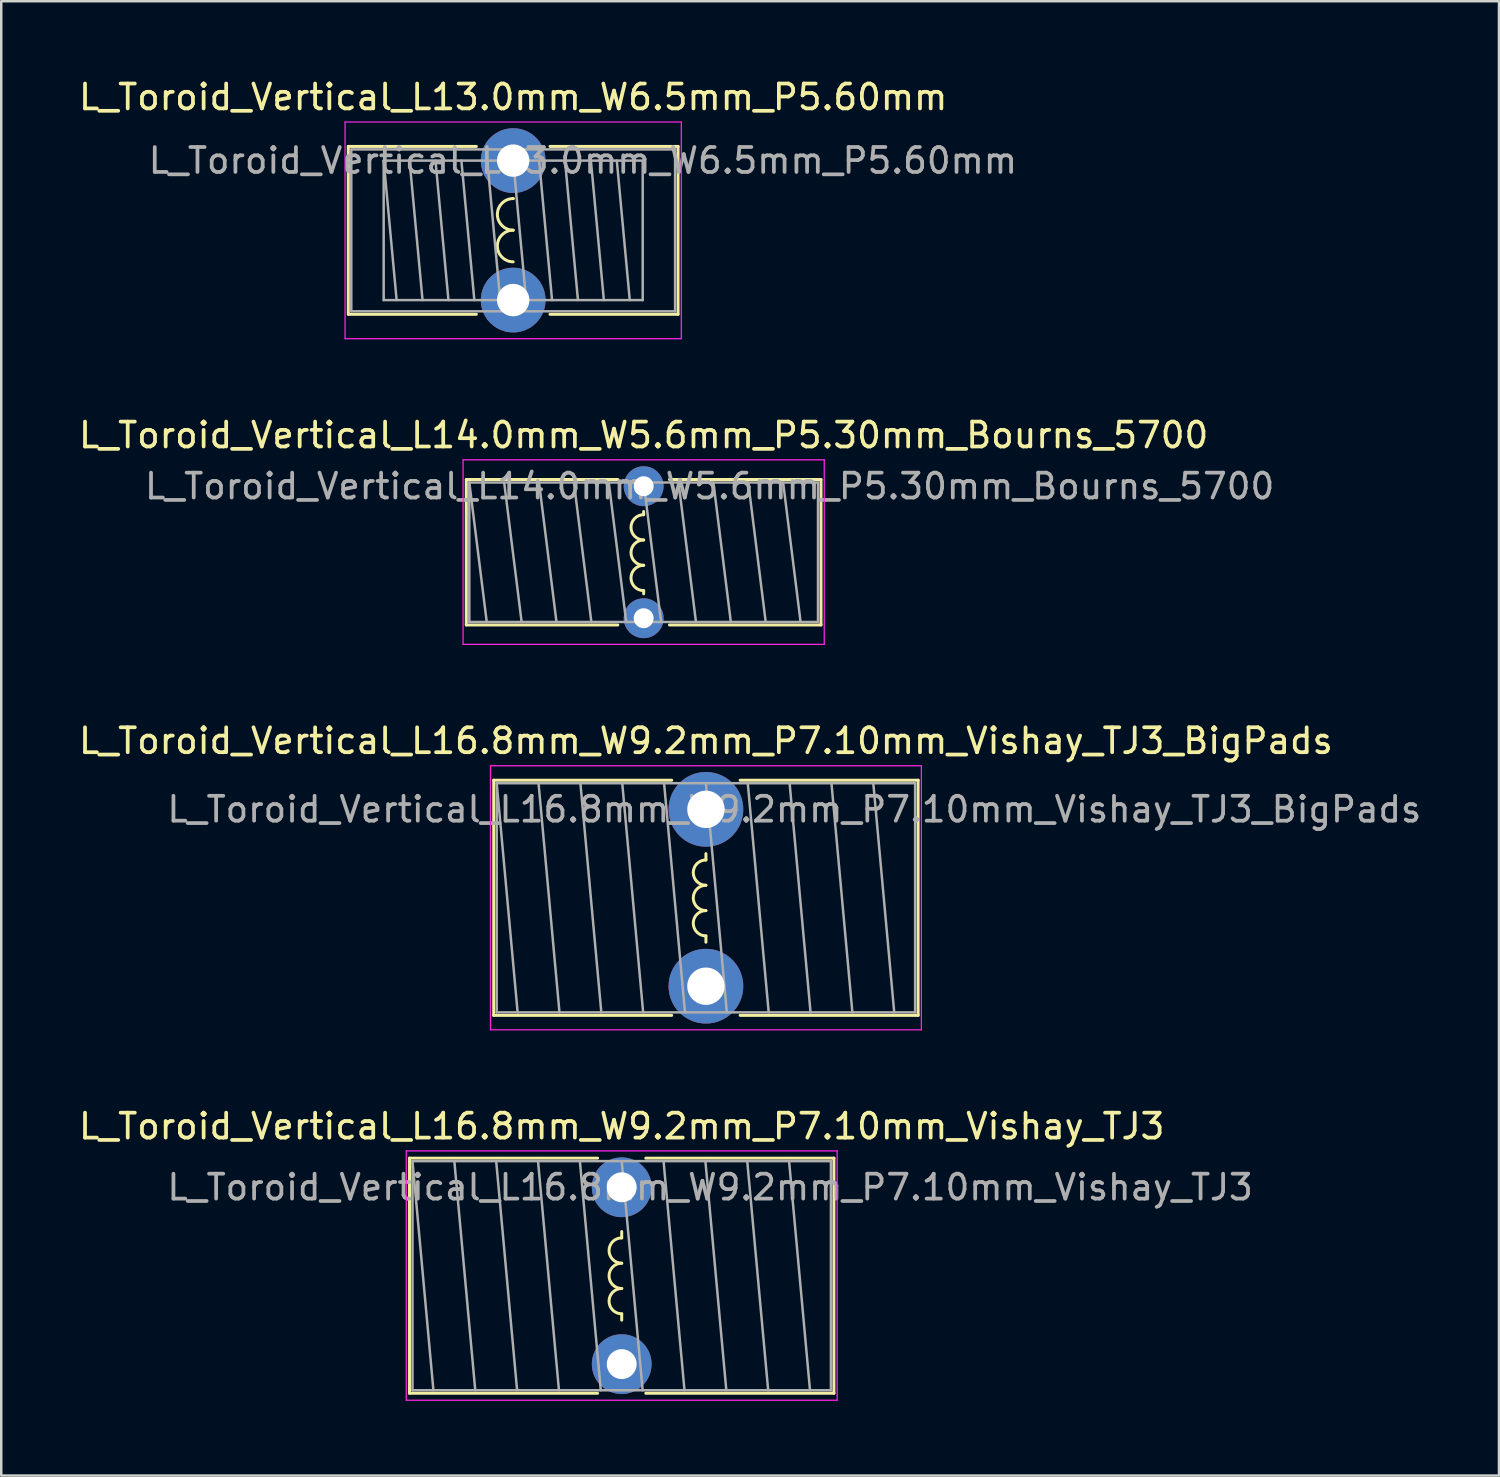
<source format=kicad_pcb>
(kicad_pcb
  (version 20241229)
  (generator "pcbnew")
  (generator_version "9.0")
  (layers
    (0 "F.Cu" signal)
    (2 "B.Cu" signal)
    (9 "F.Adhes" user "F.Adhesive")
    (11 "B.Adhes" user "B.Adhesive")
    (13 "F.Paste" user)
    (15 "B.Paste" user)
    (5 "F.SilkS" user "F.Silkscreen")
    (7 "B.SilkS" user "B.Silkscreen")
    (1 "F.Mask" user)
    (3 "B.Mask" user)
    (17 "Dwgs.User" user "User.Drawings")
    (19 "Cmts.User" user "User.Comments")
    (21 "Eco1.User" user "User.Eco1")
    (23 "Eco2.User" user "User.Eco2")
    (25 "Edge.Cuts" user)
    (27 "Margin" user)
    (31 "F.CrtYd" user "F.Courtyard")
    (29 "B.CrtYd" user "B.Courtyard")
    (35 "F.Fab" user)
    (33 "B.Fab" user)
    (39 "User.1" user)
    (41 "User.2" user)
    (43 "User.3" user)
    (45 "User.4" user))
  (footprint "L_Toroid_Vertical_L14.0mm_W5.6mm_P5.30mm_Bourns_5700"
    (layer "F.Cu")
    (at 22.792 16.471)
    (property "Reference" "L_Toroid_Vertical_L14.0mm_W5.6mm_P5.30mm_Bourns_5700" (at 0 -2.05 0) (layer "F.SilkS") (effects (font (size 1 1) (thickness 0.15))))
    (attr through_hole)
    (fp_line (start -7.12 -0.27) (end -7.12 5.57) (stroke (width 0.12) (type solid)) (layer "F.SilkS"))
    (fp_line (start -7.12 -0.27) (end -1.037 -0.27) (stroke (width 0.12) (type solid)) (layer "F.SilkS"))
    (fp_line (start -7.12 5.57) (end -1.037 5.57) (stroke (width 0.12) (type solid)) (layer "F.SilkS"))
    (fp_line (start 0 1.143) (end 0 1.016) (stroke (width 0.12) (type solid)) (layer "F.SilkS"))
    (fp_line (start 0 4.191) (end 0 4.318) (stroke (width 0.12) (type solid)) (layer "F.SilkS"))
    (fp_line (start 1.037 -0.27) (end 7.12 -0.27) (stroke (width 0.12) (type solid)) (layer "F.SilkS"))
    (fp_line (start 1.037 5.57) (end 7.12 5.57) (stroke (width 0.12) (type solid)) (layer "F.SilkS"))
    (fp_line (start 7.12 -0.27) (end 7.12 5.57) (stroke (width 0.12) (type solid)) (layer "F.SilkS"))
    (fp_arc (start 0 2.159) (mid -0.508 1.651) (end 0 1.143) (stroke (width 0.12) (type solid)) (layer "F.SilkS"))
    (fp_arc (start 0 3.175) (mid -0.508 2.667) (end 0 2.159) (stroke (width 0.12) (type solid)) (layer "F.SilkS"))
    (fp_arc (start 0 4.191) (mid -0.508 3.683) (end 0 3.175) (stroke (width 0.12) (type solid)) (layer "F.SilkS"))
    (fp_line (start -7.25 -1.06) (end -7.25 6.35) (stroke (width 0.05) (type solid)) (layer "F.CrtYd"))
    (fp_line (start -7.25 6.35) (end 7.25 6.35) (stroke (width 0.05) (type solid)) (layer "F.CrtYd"))
    (fp_line (start 7.25 -1.06) (end -7.25 -1.06) (stroke (width 0.05) (type solid)) (layer "F.CrtYd"))
    (fp_line (start 7.25 6.35) (end 7.25 -1.06) (stroke (width 0.05) (type solid)) (layer "F.CrtYd"))
    (fp_line (start -7 -0.15) (end -7 5.45) (stroke (width 0.1) (type solid)) (layer "F.Fab"))
    (fp_line (start -7 -0.15) (end -6.3 5.45) (stroke (width 0.1) (type solid)) (layer "F.Fab"))
    (fp_line (start -7 5.45) (end 7 5.45) (stroke (width 0.1) (type solid)) (layer "F.Fab"))
    (fp_line (start -5.6 -0.15) (end -4.9 5.45) (stroke (width 0.1) (type solid)) (layer "F.Fab"))
    (fp_line (start -4.2 -0.15) (end -3.5 5.45) (stroke (width 0.1) (type solid)) (layer "F.Fab"))
    (fp_line (start -2.8 -0.15) (end -2.1 5.45) (stroke (width 0.1) (type solid)) (layer "F.Fab"))
    (fp_line (start -1.4 -0.15) (end -0.7 5.45) (stroke (width 0.1) (type solid)) (layer "F.Fab"))
    (fp_line (start 0 -0.15) (end 0.7 5.45) (stroke (width 0.1) (type solid)) (layer "F.Fab"))
    (fp_line (start 1.4 -0.15) (end 2.1 5.45) (stroke (width 0.1) (type solid)) (layer "F.Fab"))
    (fp_line (start 2.8 -0.15) (end 3.5 5.45) (stroke (width 0.1) (type solid)) (layer "F.Fab"))
    (fp_line (start 4.2 -0.15) (end 4.9 5.45) (stroke (width 0.1) (type solid)) (layer "F.Fab"))
    (fp_line (start 5.6 -0.15) (end 6.3 5.45) (stroke (width 0.1) (type solid)) (layer "F.Fab"))
    (fp_line (start 7 -0.15) (end -7 -0.15) (stroke (width 0.1) (type solid)) (layer "F.Fab"))
    (fp_line (start 7 5.45) (end 7 -0.15) (stroke (width 0.1) (type solid)) (layer "F.Fab"))
    (fp_text user "${REFERENCE}" (at 2.65 0 0) (layer "F.Fab") (effects (font (size 1 1) (thickness 0.15))))
    (pad "1" thru_hole circle (at 0 0) (size 1.6 1.6) (drill 0.8) (layers "*.Cu" "*.Mask"))
    (pad "2" thru_hole circle (at 0 5.3) (size 1.6 1.6) (drill 0.8) (layers "*.Cu" "*.Mask")))
  (footprint "L_Toroid_Vertical_L13.0mm_W6.5mm_P5.60mm"
    (layer "F.Cu")
    (at 17.554 3.398)
    (property "Reference" "L_Toroid_Vertical_L13.0mm_W6.5mm_P5.60mm" (at 0 -2.55 0) (layer "F.SilkS") (effects (font (size 1 1) (thickness 0.15))))
    (attr through_hole)
    (fp_line (start -6.62 -0.57) (end -6.62 6.17) (stroke (width 0.12) (type solid)) (layer "F.SilkS"))
    (fp_line (start -6.62 -0.57) (end -1.478 -0.57) (stroke (width 0.12) (type solid)) (layer "F.SilkS"))
    (fp_line (start -6.62 6.17) (end -1.478 6.17) (stroke (width 0.12) (type solid)) (layer "F.SilkS"))
    (fp_line (start 0 1.524) (end 0 1.524) (stroke (width 0.12) (type solid)) (layer "F.SilkS"))
    (fp_line (start 1.478 -0.57) (end 6.62 -0.57) (stroke (width 0.12) (type solid)) (layer "F.SilkS"))
    (fp_line (start 1.478 6.17) (end 6.62 6.17) (stroke (width 0.12) (type solid)) (layer "F.SilkS"))
    (fp_line (start 6.62 -0.57) (end 6.62 6.17) (stroke (width 0.12) (type solid)) (layer "F.SilkS"))
    (fp_arc (start 0 2.794) (mid -0.635 2.159) (end 0 1.524) (stroke (width 0.12) (type solid)) (layer "F.SilkS"))
    (fp_arc (start 0 4.064) (mid -0.635 3.429) (end 0 2.794) (stroke (width 0.12) (type solid)) (layer "F.SilkS"))
    (fp_line (start -6.75 -1.55) (end -6.75 7.15) (stroke (width 0.05) (type solid)) (layer "F.CrtYd"))
    (fp_line (start -6.75 7.15) (end 6.75 7.15) (stroke (width 0.05) (type solid)) (layer "F.CrtYd"))
    (fp_line (start 6.75 -1.55) (end -6.75 -1.55) (stroke (width 0.05) (type solid)) (layer "F.CrtYd"))
    (fp_line (start 6.75 7.15) (end 6.75 -1.55) (stroke (width 0.05) (type solid)) (layer "F.CrtYd"))
    (fp_line (start -6.5 -0.45) (end -6.5 6.05) (stroke (width 0.1) (type solid)) (layer "F.Fab"))
    (fp_line (start -6.5 6.05) (end 6.5 6.05) (stroke (width 0.1) (type solid)) (layer "F.Fab"))
    (fp_line (start -5.2 0) (end -5.2 5.6) (stroke (width 0.1) (type solid)) (layer "F.Fab"))
    (fp_line (start -5.2 0) (end -4.68 5.6) (stroke (width 0.1) (type solid)) (layer "F.Fab"))
    (fp_line (start -5.2 5.6) (end 5.2 5.6) (stroke (width 0.1) (type solid)) (layer "F.Fab"))
    (fp_line (start -4.16 0) (end -3.64 5.6) (stroke (width 0.1) (type solid)) (layer "F.Fab"))
    (fp_line (start -3.12 0) (end -2.6 5.6) (stroke (width 0.1) (type solid)) (layer "F.Fab"))
    (fp_line (start -2.08 0) (end -1.56 5.6) (stroke (width 0.1) (type solid)) (layer "F.Fab"))
    (fp_line (start -1.04 0) (end -0.52 5.6) (stroke (width 0.1) (type solid)) (layer "F.Fab"))
    (fp_line (start 0 0) (end 0.52 5.6) (stroke (width 0.1) (type solid)) (layer "F.Fab"))
    (fp_line (start 1.04 0) (end 1.56 5.6) (stroke (width 0.1) (type solid)) (layer "F.Fab"))
    (fp_line (start 2.08 0) (end 2.6 5.6) (stroke (width 0.1) (type solid)) (layer "F.Fab"))
    (fp_line (start 3.12 0) (end 3.64 5.6) (stroke (width 0.1) (type solid)) (layer "F.Fab"))
    (fp_line (start 4.16 0) (end 4.68 5.6) (stroke (width 0.1) (type solid)) (layer "F.Fab"))
    (fp_line (start 5.2 0) (end -5.2 0) (stroke (width 0.1) (type solid)) (layer "F.Fab"))
    (fp_line (start 5.2 5.6) (end 5.2 0) (stroke (width 0.1) (type solid)) (layer "F.Fab"))
    (fp_line (start 6.5 -0.45) (end -6.5 -0.45) (stroke (width 0.1) (type solid)) (layer "F.Fab"))
    (fp_line (start 6.5 6.05) (end 6.5 -0.45) (stroke (width 0.1) (type solid)) (layer "F.Fab"))
    (fp_text user "${REFERENCE}" (at 2.8 0 0) (layer "F.Fab") (effects (font (size 1 1) (thickness 0.15))))
    (pad "1" thru_hole circle (at 0 0) (size 2.6 2.6) (drill 1.3) (layers "*.Cu" "*.Mask"))
    (pad "2" thru_hole circle (at 0 5.6) (size 2.6 2.6) (drill 1.3) (layers "*.Cu" "*.Mask")))
  (footprint "L_Toroid_Vertical_L16.8mm_W9.2mm_P7.10mm_Vishay_TJ3_BigPads"
    (layer "F.Cu")
    (at 25.292 29.445)
    (property "Reference" "L_Toroid_Vertical_L16.8mm_W9.2mm_P7.10mm_Vishay_TJ3_BigPads" (at 0 -2.75 0) (layer "F.SilkS") (effects (font (size 1 1) (thickness 0.15))))
    (attr through_hole)
    (fp_line (start -8.52 -1.17) (end -8.52 8.27) (stroke (width 0.12) (type solid)) (layer "F.SilkS"))
    (fp_line (start -8.52 -1.17) (end -1.374 -1.17) (stroke (width 0.12) (type solid)) (layer "F.SilkS"))
    (fp_line (start -8.52 8.27) (end -1.374 8.27) (stroke (width 0.12) (type solid)) (layer "F.SilkS"))
    (fp_line (start 0 2.032) (end 0 1.778) (stroke (width 0.12) (type solid)) (layer "F.SilkS"))
    (fp_line (start 0 5.08) (end 0 5.334) (stroke (width 0.12) (type solid)) (layer "F.SilkS"))
    (fp_line (start 1.374 -1.17) (end 8.52 -1.17) (stroke (width 0.12) (type solid)) (layer "F.SilkS"))
    (fp_line (start 1.374 8.27) (end 8.52 8.27) (stroke (width 0.12) (type solid)) (layer "F.SilkS"))
    (fp_line (start 8.52 -1.17) (end 8.52 8.27) (stroke (width 0.12) (type solid)) (layer "F.SilkS"))
    (fp_arc (start 0 3.048) (mid -0.508 2.54) (end 0 2.032) (stroke (width 0.12) (type solid)) (layer "F.SilkS"))
    (fp_arc (start 0 4.064) (mid -0.508 3.556) (end 0 3.048) (stroke (width 0.12) (type solid)) (layer "F.SilkS"))
    (fp_arc (start 0 5.08) (mid -0.508 4.572) (end 0 4.064) (stroke (width 0.12) (type solid)) (layer "F.SilkS"))
    (fp_line (start -8.65 -1.75) (end -8.65 8.85) (stroke (width 0.05) (type solid)) (layer "F.CrtYd"))
    (fp_line (start -8.65 8.85) (end 8.65 8.85) (stroke (width 0.05) (type solid)) (layer "F.CrtYd"))
    (fp_line (start 8.65 -1.75) (end -8.65 -1.75) (stroke (width 0.05) (type solid)) (layer "F.CrtYd"))
    (fp_line (start 8.65 8.85) (end 8.65 -1.75) (stroke (width 0.05) (type solid)) (layer "F.CrtYd"))
    (fp_line (start -8.4 -1.05) (end -8.4 8.15) (stroke (width 0.1) (type solid)) (layer "F.Fab"))
    (fp_line (start -8.4 -1.05) (end -7.56 8.15) (stroke (width 0.1) (type solid)) (layer "F.Fab"))
    (fp_line (start -8.4 8.15) (end 8.4 8.15) (stroke (width 0.1) (type solid)) (layer "F.Fab"))
    (fp_line (start -6.72 -1.05) (end -5.88 8.15) (stroke (width 0.1) (type solid)) (layer "F.Fab"))
    (fp_line (start -5.04 -1.05) (end -4.2 8.15) (stroke (width 0.1) (type solid)) (layer "F.Fab"))
    (fp_line (start -3.36 -1.05) (end -2.52 8.15) (stroke (width 0.1) (type solid)) (layer "F.Fab"))
    (fp_line (start -1.68 -1.05) (end -0.84 8.15) (stroke (width 0.1) (type solid)) (layer "F.Fab"))
    (fp_line (start 0 -1.05) (end 0.84 8.15) (stroke (width 0.1) (type solid)) (layer "F.Fab"))
    (fp_line (start 1.68 -1.05) (end 2.52 8.15) (stroke (width 0.1) (type solid)) (layer "F.Fab"))
    (fp_line (start 3.36 -1.05) (end 4.2 8.15) (stroke (width 0.1) (type solid)) (layer "F.Fab"))
    (fp_line (start 5.04 -1.05) (end 5.88 8.15) (stroke (width 0.1) (type solid)) (layer "F.Fab"))
    (fp_line (start 6.72 -1.05) (end 7.56 8.15) (stroke (width 0.1) (type solid)) (layer "F.Fab"))
    (fp_line (start 8.4 -1.05) (end -8.4 -1.05) (stroke (width 0.1) (type solid)) (layer "F.Fab"))
    (fp_line (start 8.4 8.15) (end 8.4 -1.05) (stroke (width 0.1) (type solid)) (layer "F.Fab"))
    (fp_text user "${REFERENCE}" (at 3.55 0 0) (layer "F.Fab") (effects (font (size 1 1) (thickness 0.15))))
    (pad "1" thru_hole circle (at 0 0) (size 3 3) (drill 1.5) (layers "*.Cu" "*.Mask"))
    (pad "2" thru_hole circle (at 0 7.1) (size 3 3) (drill 1.5) (layers "*.Cu" "*.Mask")))
  (footprint "L_Toroid_Vertical_L16.8mm_W9.2mm_P7.10mm_Vishay_TJ3"
    (layer "F.Cu")
    (at 21.911 44.618)
    (property "Reference" "L_Toroid_Vertical_L16.8mm_W9.2mm_P7.10mm_Vishay_TJ3" (at 0 -2.45 0) (layer "F.SilkS") (effects (font (size 1 1) (thickness 0.15))))
    (attr through_hole)
    (fp_line (start -8.52 -1.17) (end -8.52 8.27) (stroke (width 0.12) (type solid)) (layer "F.SilkS"))
    (fp_line (start -8.52 -1.17) (end -0.968 -1.17) (stroke (width 0.12) (type solid)) (layer "F.SilkS"))
    (fp_line (start -8.52 8.27) (end -0.968 8.27) (stroke (width 0.12) (type solid)) (layer "F.SilkS"))
    (fp_line (start 0 2.032) (end 0 1.778) (stroke (width 0.12) (type solid)) (layer "F.SilkS"))
    (fp_line (start 0 5.08) (end 0 5.334) (stroke (width 0.12) (type solid)) (layer "F.SilkS"))
    (fp_line (start 0.968 -1.17) (end 8.52 -1.17) (stroke (width 0.12) (type solid)) (layer "F.SilkS"))
    (fp_line (start 0.968 8.27) (end 8.52 8.27) (stroke (width 0.12) (type solid)) (layer "F.SilkS"))
    (fp_line (start 8.52 -1.17) (end 8.52 8.27) (stroke (width 0.12) (type solid)) (layer "F.SilkS"))
    (fp_arc (start 0 3.048) (mid -0.508 2.54) (end 0 2.032) (stroke (width 0.12) (type solid)) (layer "F.SilkS"))
    (fp_arc (start 0 4.064) (mid -0.508 3.556) (end 0 3.048) (stroke (width 0.12) (type solid)) (layer "F.SilkS"))
    (fp_arc (start 0 5.08) (mid -0.508 4.572) (end 0 4.064) (stroke (width 0.12) (type solid)) (layer "F.SilkS"))
    (fp_line (start -8.65 -1.46) (end -8.65 8.55) (stroke (width 0.05) (type solid)) (layer "F.CrtYd"))
    (fp_line (start -8.65 8.55) (end 8.65 8.55) (stroke (width 0.05) (type solid)) (layer "F.CrtYd"))
    (fp_line (start 8.65 -1.46) (end -8.65 -1.46) (stroke (width 0.05) (type solid)) (layer "F.CrtYd"))
    (fp_line (start 8.65 8.55) (end 8.65 -1.46) (stroke (width 0.05) (type solid)) (layer "F.CrtYd"))
    (fp_line (start -8.4 -1.05) (end -8.4 8.15) (stroke (width 0.1) (type solid)) (layer "F.Fab"))
    (fp_line (start -8.4 -1.05) (end -7.56 8.15) (stroke (width 0.1) (type solid)) (layer "F.Fab"))
    (fp_line (start -8.4 8.15) (end 8.4 8.15) (stroke (width 0.1) (type solid)) (layer "F.Fab"))
    (fp_line (start -6.72 -1.05) (end -5.88 8.15) (stroke (width 0.1) (type solid)) (layer "F.Fab"))
    (fp_line (start -5.04 -1.05) (end -4.2 8.15) (stroke (width 0.1) (type solid)) (layer "F.Fab"))
    (fp_line (start -3.36 -1.05) (end -2.52 8.15) (stroke (width 0.1) (type solid)) (layer "F.Fab"))
    (fp_line (start -1.68 -1.05) (end -0.84 8.15) (stroke (width 0.1) (type solid)) (layer "F.Fab"))
    (fp_line (start 0 -1.05) (end 0.84 8.15) (stroke (width 0.1) (type solid)) (layer "F.Fab"))
    (fp_line (start 1.68 -1.05) (end 2.52 8.15) (stroke (width 0.1) (type solid)) (layer "F.Fab"))
    (fp_line (start 3.36 -1.05) (end 4.2 8.15) (stroke (width 0.1) (type solid)) (layer "F.Fab"))
    (fp_line (start 5.04 -1.05) (end 5.88 8.15) (stroke (width 0.1) (type solid)) (layer "F.Fab"))
    (fp_line (start 6.72 -1.05) (end 7.56 8.15) (stroke (width 0.1) (type solid)) (layer "F.Fab"))
    (fp_line (start 8.4 -1.05) (end -8.4 -1.05) (stroke (width 0.1) (type solid)) (layer "F.Fab"))
    (fp_line (start 8.4 8.15) (end 8.4 -1.05) (stroke (width 0.1) (type solid)) (layer "F.Fab"))
    (fp_text user "${REFERENCE}" (at 3.55 0 0) (layer "F.Fab") (effects (font (size 1 1) (thickness 0.15))))
    (pad "1" thru_hole circle (at 0 0) (size 2.4 2.4) (drill 1.2) (layers "*.Cu" "*.Mask"))
    (pad "2" thru_hole circle (at 0 7.1) (size 2.4 2.4) (drill 1.2) (layers "*.Cu" "*.Mask")))
  (gr_rect
    (start -3 -3)
    (end 57.133 56.193)
    (stroke (width 0.1) (type default))
    (fill no)
    (layer "Edge.Cuts")))
</source>
